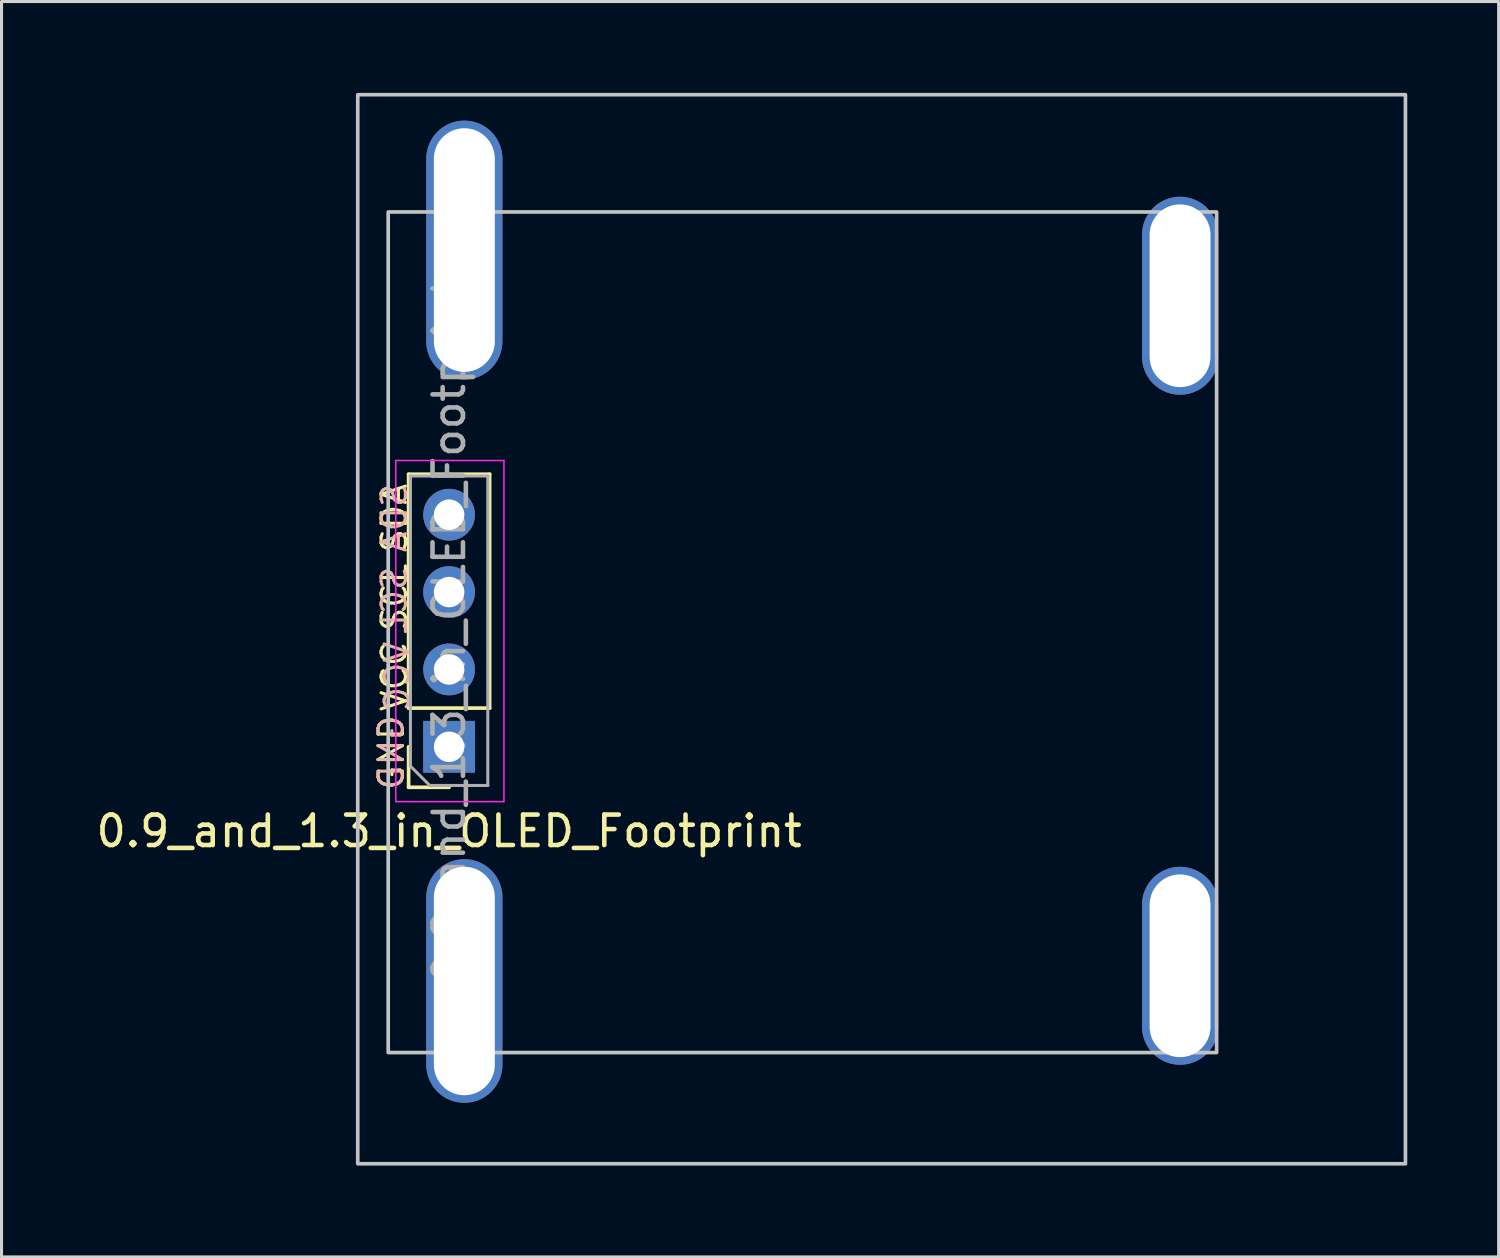
<source format=kicad_pcb>
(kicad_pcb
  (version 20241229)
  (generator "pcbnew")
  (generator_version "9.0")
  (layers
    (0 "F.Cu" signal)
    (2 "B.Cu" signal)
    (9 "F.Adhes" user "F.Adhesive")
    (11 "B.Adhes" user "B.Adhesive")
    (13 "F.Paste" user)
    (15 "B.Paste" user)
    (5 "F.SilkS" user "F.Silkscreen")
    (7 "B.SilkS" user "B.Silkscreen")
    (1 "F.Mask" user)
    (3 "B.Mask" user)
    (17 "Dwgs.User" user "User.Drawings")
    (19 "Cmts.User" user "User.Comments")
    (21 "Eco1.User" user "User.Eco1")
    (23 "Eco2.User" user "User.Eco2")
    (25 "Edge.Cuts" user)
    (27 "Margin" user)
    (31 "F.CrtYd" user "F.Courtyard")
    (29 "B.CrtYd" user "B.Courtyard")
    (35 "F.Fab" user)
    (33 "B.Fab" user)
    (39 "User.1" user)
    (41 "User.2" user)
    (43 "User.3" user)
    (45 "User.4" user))
  (footprint "0.9_and_1.3_in_OLED_Footprint"
    (layer "F.Cu")
    (at 11.696 17.66)
    (property "Reference" "0.9_and_1.3_in_OLED_Footprint" (at 0 6.58 0) (layer "F.SilkS") (effects (font (size 1 1) (thickness 0.15))))
    (attr through_hole)
    (fp_line (start -1.33 2.54) (end -1.33 -5.14) (stroke (width 0.12) (type solid)) (layer "F.SilkS"))
    (fp_line (start -1.33 5.14) (end -1.33 3.81) (stroke (width 0.12) (type solid)) (layer "F.SilkS"))
    (fp_line (start 0 5.14) (end -1.33 5.14) (stroke (width 0.12) (type solid)) (layer "F.SilkS"))
    (fp_line (start 1.33 -5.14) (end -1.33 -5.14) (stroke (width 0.12) (type solid)) (layer "F.SilkS"))
    (fp_line (start 1.33 2.54) (end -1.33 2.54) (stroke (width 0.12) (type solid)) (layer "F.SilkS"))
    (fp_line (start 1.33 2.54) (end 1.33 -5.14) (stroke (width 0.12) (type solid)) (layer "F.SilkS"))
    (fp_rect (start -3 -17.6) (end 31.4 17.5) (stroke (width 0.12) (type solid)) (fill no) (layer "Dwgs.User"))
    (fp_rect (start -2 -13.75) (end 25.2 13.85) (stroke (width 0.12) (type solid)) (fill no) (layer "Dwgs.User"))
    (fp_line (start -1.75 -5.59) (end 1.8 -5.59) (stroke (width 0.05) (type solid)) (layer "F.CrtYd"))
    (fp_line (start -1.75 5.61) (end -1.75 -5.59) (stroke (width 0.05) (type solid)) (layer "F.CrtYd"))
    (fp_line (start 1.8 -5.59) (end 1.8 5.61) (stroke (width 0.05) (type solid)) (layer "F.CrtYd"))
    (fp_line (start 1.8 5.61) (end -1.75 5.61) (stroke (width 0.05) (type solid)) (layer "F.CrtYd"))
    (fp_line (start -1.27 -5.08) (end 1.27 -5.08) (stroke (width 0.1) (type solid)) (layer "F.Fab"))
    (fp_line (start -1.27 4.445) (end -1.27 -5.08) (stroke (width 0.1) (type solid)) (layer "F.Fab"))
    (fp_line (start -0.635 5.08) (end -1.27 4.445) (stroke (width 0.1) (type solid)) (layer "F.Fab"))
    (fp_line (start 1.27 -5.08) (end 1.27 5.08) (stroke (width 0.1) (type solid)) (layer "F.Fab"))
    (fp_line (start 1.27 5.08) (end -0.635 5.08) (stroke (width 0.1) (type solid)) (layer "F.Fab"))
    (fp_text user "SDA" (at -1.8 -3.7 90) (layer "F.SilkS") (effects (font (size 0.8 0.8) (thickness 0.1))))
    (fp_text user "SCL" (at -1.8 -1.1 90) (layer "F.SilkS") (effects (font (size 0.8 0.8) (thickness 0.1))))
    (fp_text user "VCC" (at -1.8 1.5 90) (layer "F.SilkS") (effects (font (size 0.8 0.8) (thickness 0.1))))
    (fp_text user "GND" (at -1.9 4 90) (layer "F.SilkS") (effects (font (size 0.8 0.8) (thickness 0.1))))
    (fp_text user "GND" (at -1.9 4 90) (layer "B.SilkS") (effects (font (size 0.8 0.8) (thickness 0.1)) (justify mirror)))
    (fp_text user "VCC" (at -1.7 1.5 90) (layer "B.SilkS") (effects (font (size 0.8 0.8) (thickness 0.1)) (justify mirror)))
    (fp_text user "SDA" (at -1.8 -3.7 90) (layer "B.SilkS") (effects (font (size 0.8 0.8) (thickness 0.1)) (justify mirror)))
    (fp_text user "SCL" (at -1.8 -1 90) (layer "B.SilkS") (effects (font (size 0.8 0.8) (thickness 0.1)) (justify mirror)))
    (fp_text user "${REFERENCE}" (at 0 0 90) (layer "F.Fab") (effects (font (size 1 1) (thickness 0.15))))
    (pad "1" thru_hole rect (at 0 3.81 180) (size 1.7 1.7) (drill 1) (layers "*.Cu" "*.Mask"))
    (pad "2" thru_hole oval (at 0 1.27 180) (size 1.7 1.7) (drill 1) (layers "*.Cu" "*.Mask"))
    (pad "3" thru_hole oval (at 0 -1.27 180) (size 1.7 1.7) (drill 1) (layers "*.Cu" "*.Mask"))
    (pad "4" thru_hole oval (at 0 -3.81 180) (size 1.7 1.7) (drill 1) (layers "*.Cu" "*.Mask"))
    (pad "5" thru_hole oval (at 0.5 -12.5) (size 2.5 8.5) (drill oval 2 8) (layers "*.Cu" "*.Mask"))
    (pad "5" thru_hole oval (at 0.5 11.5) (size 2.5 8) (drill oval 2 7.5) (layers "*.Cu" "*.Mask"))
    (pad "5" thru_hole oval (at 24 -11) (size 2.5 6.5) (drill oval 2 6) (layers "*.Cu" "*.Mask"))
    (pad "5" thru_hole oval (at 24 11) (size 2.5 6.5) (drill oval 2 6) (layers "*.Cu" "*.Mask")))
  (gr_rect
    (start -3 -3)
    (end 46.156 38.22)
    (stroke (width 0.1) (type default))
    (fill no)
    (layer "Edge.Cuts")))
</source>
